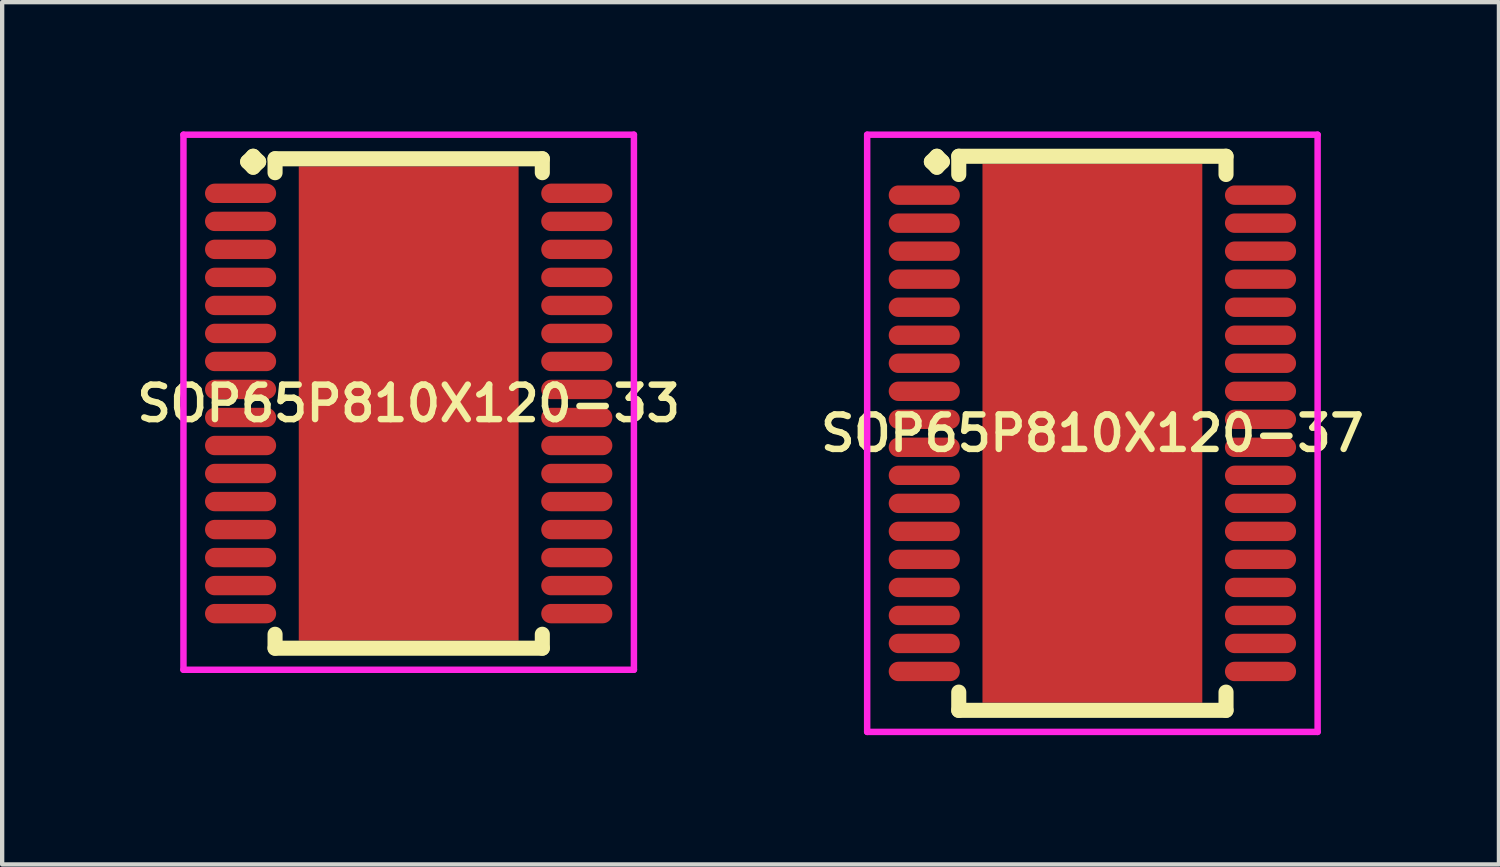
<source format=kicad_pcb>
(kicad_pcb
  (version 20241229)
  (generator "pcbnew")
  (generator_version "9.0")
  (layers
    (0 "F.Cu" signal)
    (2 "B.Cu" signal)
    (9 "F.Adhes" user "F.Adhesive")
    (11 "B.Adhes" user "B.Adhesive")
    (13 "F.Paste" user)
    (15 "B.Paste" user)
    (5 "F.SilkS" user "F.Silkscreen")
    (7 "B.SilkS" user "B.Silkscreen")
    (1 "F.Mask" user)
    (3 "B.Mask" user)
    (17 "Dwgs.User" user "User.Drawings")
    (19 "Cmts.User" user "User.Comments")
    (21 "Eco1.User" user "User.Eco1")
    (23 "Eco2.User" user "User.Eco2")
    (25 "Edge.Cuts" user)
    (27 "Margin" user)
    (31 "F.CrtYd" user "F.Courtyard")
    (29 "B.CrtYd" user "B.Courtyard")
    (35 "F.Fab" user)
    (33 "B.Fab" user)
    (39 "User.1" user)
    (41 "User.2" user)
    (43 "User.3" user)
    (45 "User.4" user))
  (footprint "SOP65P810X120-33"
    (layer "F.Cu")
    (at 6.431 6.31)
    (property "Reference" "SOP65P810X120-33" (at 0 0 0) (layer "F.SilkS") (effects (font (size 0.8 0.8) (thickness 0.15))))
    (attr through_hole)
    (fp_line (start -3.735 -5.608) (end -3.608 -5.735) (stroke (width 0.35) (type solid)) (layer "F.SilkS"))
    (fp_line (start -3.608 -5.735) (end -3.481 -5.608) (stroke (width 0.35) (type solid)) (layer "F.SilkS"))
    (fp_line (start -3.608 -5.481) (end -3.735 -5.608) (stroke (width 0.35) (type solid)) (layer "F.SilkS"))
    (fp_line (start -3.481 -5.608) (end -3.608 -5.481) (stroke (width 0.35) (type solid)) (layer "F.SilkS"))
    (fp_line (start -3.1 -5.677) (end 3.1 -5.677) (stroke (width 0.35) (type solid)) (layer "F.SilkS"))
    (fp_line (start -3.1 -5.354) (end -3.1 -5.677) (stroke (width 0.35) (type solid)) (layer "F.SilkS"))
    (fp_line (start -3.1 5.354) (end -3.1 5.677) (stroke (width 0.35) (type solid)) (layer "F.SilkS"))
    (fp_line (start -3.1 5.677) (end 3.1 5.677) (stroke (width 0.35) (type solid)) (layer "F.SilkS"))
    (fp_line (start 3.1 -5.677) (end 3.1 -5.354) (stroke (width 0.35) (type solid)) (layer "F.SilkS"))
    (fp_line (start 3.1 5.677) (end 3.1 5.354) (stroke (width 0.35) (type solid)) (layer "F.SilkS"))
    (fp_line (start -5.225 -6.235) (end 5.225 -6.235) (stroke (width 0.15) (type solid)) (layer "F.CrtYd"))
    (fp_line (start -5.225 6.177) (end -5.225 -6.235) (stroke (width 0.15) (type solid)) (layer "F.CrtYd"))
    (fp_line (start 5.225 -6.235) (end 5.225 6.177) (stroke (width 0.15) (type solid)) (layer "F.CrtYd"))
    (fp_line (start 5.225 6.177) (end -5.225 6.177) (stroke (width 0.15) (type solid)) (layer "F.CrtYd"))
    (pad "1" smd oval (at -3.9 -4.875) (size 1.65 0.45) (layers "F.Cu" "F.Mask" "F.Paste"))
    (pad "2" smd oval (at -3.9 -4.225) (size 1.65 0.45) (layers "F.Cu" "F.Mask" "F.Paste"))
    (pad "3" smd oval (at -3.9 -3.575) (size 1.65 0.45) (layers "F.Cu" "F.Mask" "F.Paste"))
    (pad "4" smd oval (at -3.9 -2.925) (size 1.65 0.45) (layers "F.Cu" "F.Mask" "F.Paste"))
    (pad "5" smd oval (at -3.9 -2.275) (size 1.65 0.45) (layers "F.Cu" "F.Mask" "F.Paste"))
    (pad "6" smd oval (at -3.9 -1.625) (size 1.65 0.45) (layers "F.Cu" "F.Mask" "F.Paste"))
    (pad "7" smd oval (at -3.9 -0.975) (size 1.65 0.45) (layers "F.Cu" "F.Mask" "F.Paste"))
    (pad "8" smd oval (at -3.9 -0.325) (size 1.65 0.45) (layers "F.Cu" "F.Mask" "F.Paste"))
    (pad "9" smd oval (at -3.9 0.325) (size 1.65 0.45) (layers "F.Cu" "F.Mask" "F.Paste"))
    (pad "10" smd oval (at -3.9 0.975) (size 1.65 0.45) (layers "F.Cu" "F.Mask" "F.Paste"))
    (pad "11" smd oval (at -3.9 1.625) (size 1.65 0.45) (layers "F.Cu" "F.Mask" "F.Paste"))
    (pad "12" smd oval (at -3.9 2.275) (size 1.65 0.45) (layers "F.Cu" "F.Mask" "F.Paste"))
    (pad "13" smd oval (at -3.9 2.925) (size 1.65 0.45) (layers "F.Cu" "F.Mask" "F.Paste"))
    (pad "14" smd oval (at -3.9 3.575) (size 1.65 0.45) (layers "F.Cu" "F.Mask" "F.Paste"))
    (pad "15" smd oval (at -3.9 4.225) (size 1.65 0.45) (layers "F.Cu" "F.Mask" "F.Paste"))
    (pad "16" smd oval (at -3.9 4.875) (size 1.65 0.45) (layers "F.Cu" "F.Mask" "F.Paste"))
    (pad "17" smd oval (at 3.9 4.875) (size 1.65 0.45) (layers "F.Cu" "F.Mask" "F.Paste"))
    (pad "18" smd oval (at 3.9 4.225) (size 1.65 0.45) (layers "F.Cu" "F.Mask" "F.Paste"))
    (pad "19" smd oval (at 3.9 3.575) (size 1.65 0.45) (layers "F.Cu" "F.Mask" "F.Paste"))
    (pad "20" smd oval (at 3.9 2.925) (size 1.65 0.45) (layers "F.Cu" "F.Mask" "F.Paste"))
    (pad "21" smd oval (at 3.9 2.275) (size 1.65 0.45) (layers "F.Cu" "F.Mask" "F.Paste"))
    (pad "22" smd oval (at 3.9 1.625) (size 1.65 0.45) (layers "F.Cu" "F.Mask" "F.Paste"))
    (pad "23" smd oval (at 3.9 0.975) (size 1.65 0.45) (layers "F.Cu" "F.Mask" "F.Paste"))
    (pad "24" smd oval (at 3.9 0.325) (size 1.65 0.45) (layers "F.Cu" "F.Mask" "F.Paste"))
    (pad "25" smd oval (at 3.9 -0.325) (size 1.65 0.45) (layers "F.Cu" "F.Mask" "F.Paste"))
    (pad "26" smd oval (at 3.9 -0.975) (size 1.65 0.45) (layers "F.Cu" "F.Mask" "F.Paste"))
    (pad "27" smd oval (at 3.9 -1.625) (size 1.65 0.45) (layers "F.Cu" "F.Mask" "F.Paste"))
    (pad "28" smd oval (at 3.9 -2.275) (size 1.65 0.45) (layers "F.Cu" "F.Mask" "F.Paste"))
    (pad "29" smd oval (at 3.9 -2.925) (size 1.65 0.45) (layers "F.Cu" "F.Mask" "F.Paste"))
    (pad "30" smd oval (at 3.9 -3.575) (size 1.65 0.45) (layers "F.Cu" "F.Mask" "F.Paste"))
    (pad "31" smd oval (at 3.9 -4.225) (size 1.65 0.45) (layers "F.Cu" "F.Mask" "F.Paste"))
    (pad "32" smd oval (at 3.9 -4.875) (size 1.65 0.45) (layers "F.Cu" "F.Mask" "F.Paste"))
    (pad "33" smd rect (at 0 0) (size 5.1 11) (layers "F.Cu" "F.Mask" "F.Paste")))
  (footprint "SOP65P810X120-37"
    (layer "F.Cu")
    (at 22.292 7.002)
    (property "Reference" "SOP65P810X120-37" (at 0 0 0) (layer "F.SilkS") (effects (font (size 0.8 0.8) (thickness 0.15))))
    (attr through_hole)
    (fp_line (start -3.735 -6.3) (end -3.608 -6.427) (stroke (width 0.35) (type solid)) (layer "F.SilkS"))
    (fp_line (start -3.608 -6.427) (end -3.481 -6.3) (stroke (width 0.35) (type solid)) (layer "F.SilkS"))
    (fp_line (start -3.608 -6.173) (end -3.735 -6.3) (stroke (width 0.35) (type solid)) (layer "F.SilkS"))
    (fp_line (start -3.481 -6.3) (end -3.608 -6.173) (stroke (width 0.35) (type solid)) (layer "F.SilkS"))
    (fp_line (start -3.1 -6.427) (end 3.1 -6.427) (stroke (width 0.35) (type solid)) (layer "F.SilkS"))
    (fp_line (start -3.1 -6.004) (end -3.1 -6.427) (stroke (width 0.35) (type solid)) (layer "F.SilkS"))
    (fp_line (start -3.1 6.004) (end -3.1 6.427) (stroke (width 0.35) (type solid)) (layer "F.SilkS"))
    (fp_line (start -3.1 6.427) (end 3.1 6.427) (stroke (width 0.35) (type solid)) (layer "F.SilkS"))
    (fp_line (start 3.1 -6.427) (end 3.1 -6.004) (stroke (width 0.35) (type solid)) (layer "F.SilkS"))
    (fp_line (start 3.1 6.427) (end 3.1 6.004) (stroke (width 0.35) (type solid)) (layer "F.SilkS"))
    (fp_line (start -5.225 -6.927) (end 5.225 -6.927) (stroke (width 0.15) (type solid)) (layer "F.CrtYd"))
    (fp_line (start -5.225 6.927) (end -5.225 -6.927) (stroke (width 0.15) (type solid)) (layer "F.CrtYd"))
    (fp_line (start 5.225 -6.927) (end 5.225 6.927) (stroke (width 0.15) (type solid)) (layer "F.CrtYd"))
    (fp_line (start 5.225 6.927) (end -5.225 6.927) (stroke (width 0.15) (type solid)) (layer "F.CrtYd"))
    (pad "1" smd oval (at -3.9 -5.525) (size 1.65 0.45) (layers "F.Cu" "F.Mask" "F.Paste"))
    (pad "2" smd oval (at -3.9 -4.875) (size 1.65 0.45) (layers "F.Cu" "F.Mask" "F.Paste"))
    (pad "3" smd oval (at -3.9 -4.225) (size 1.65 0.45) (layers "F.Cu" "F.Mask" "F.Paste"))
    (pad "4" smd oval (at -3.9 -3.575) (size 1.65 0.45) (layers "F.Cu" "F.Mask" "F.Paste"))
    (pad "5" smd oval (at -3.9 -2.925) (size 1.65 0.45) (layers "F.Cu" "F.Mask" "F.Paste"))
    (pad "6" smd oval (at -3.9 -2.275) (size 1.65 0.45) (layers "F.Cu" "F.Mask" "F.Paste"))
    (pad "7" smd oval (at -3.9 -1.625) (size 1.65 0.45) (layers "F.Cu" "F.Mask" "F.Paste"))
    (pad "8" smd oval (at -3.9 -0.975) (size 1.65 0.45) (layers "F.Cu" "F.Mask" "F.Paste"))
    (pad "9" smd oval (at -3.9 -0.325) (size 1.65 0.45) (layers "F.Cu" "F.Mask" "F.Paste"))
    (pad "10" smd oval (at -3.9 0.325) (size 1.65 0.45) (layers "F.Cu" "F.Mask" "F.Paste"))
    (pad "11" smd oval (at -3.9 0.975) (size 1.65 0.45) (layers "F.Cu" "F.Mask" "F.Paste"))
    (pad "12" smd oval (at -3.9 1.625) (size 1.65 0.45) (layers "F.Cu" "F.Mask" "F.Paste"))
    (pad "13" smd oval (at -3.9 2.275) (size 1.65 0.45) (layers "F.Cu" "F.Mask" "F.Paste"))
    (pad "14" smd oval (at -3.9 2.925) (size 1.65 0.45) (layers "F.Cu" "F.Mask" "F.Paste"))
    (pad "15" smd oval (at -3.9 3.575) (size 1.65 0.45) (layers "F.Cu" "F.Mask" "F.Paste"))
    (pad "16" smd oval (at -3.9 4.225) (size 1.65 0.45) (layers "F.Cu" "F.Mask" "F.Paste"))
    (pad "17" smd oval (at -3.9 4.875) (size 1.65 0.45) (layers "F.Cu" "F.Mask" "F.Paste"))
    (pad "18" smd oval (at -3.9 5.525) (size 1.65 0.45) (layers "F.Cu" "F.Mask" "F.Paste"))
    (pad "19" smd oval (at 3.9 5.525) (size 1.65 0.45) (layers "F.Cu" "F.Mask" "F.Paste"))
    (pad "20" smd oval (at 3.9 4.875) (size 1.65 0.45) (layers "F.Cu" "F.Mask" "F.Paste"))
    (pad "21" smd oval (at 3.9 4.225) (size 1.65 0.45) (layers "F.Cu" "F.Mask" "F.Paste"))
    (pad "22" smd oval (at 3.9 3.575) (size 1.65 0.45) (layers "F.Cu" "F.Mask" "F.Paste"))
    (pad "23" smd oval (at 3.9 2.925) (size 1.65 0.45) (layers "F.Cu" "F.Mask" "F.Paste"))
    (pad "24" smd oval (at 3.9 2.275) (size 1.65 0.45) (layers "F.Cu" "F.Mask" "F.Paste"))
    (pad "25" smd oval (at 3.9 1.625) (size 1.65 0.45) (layers "F.Cu" "F.Mask" "F.Paste"))
    (pad "26" smd oval (at 3.9 0.975) (size 1.65 0.45) (layers "F.Cu" "F.Mask" "F.Paste"))
    (pad "27" smd oval (at 3.9 0.325) (size 1.65 0.45) (layers "F.Cu" "F.Mask" "F.Paste"))
    (pad "28" smd oval (at 3.9 -0.325) (size 1.65 0.45) (layers "F.Cu" "F.Mask" "F.Paste"))
    (pad "29" smd oval (at 3.9 -0.975) (size 1.65 0.45) (layers "F.Cu" "F.Mask" "F.Paste"))
    (pad "30" smd oval (at 3.9 -1.625) (size 1.65 0.45) (layers "F.Cu" "F.Mask" "F.Paste"))
    (pad "31" smd oval (at 3.9 -2.275) (size 1.65 0.45) (layers "F.Cu" "F.Mask" "F.Paste"))
    (pad "32" smd oval (at 3.9 -2.925) (size 1.65 0.45) (layers "F.Cu" "F.Mask" "F.Paste"))
    (pad "33" smd oval (at 3.9 -3.575) (size 1.65 0.45) (layers "F.Cu" "F.Mask" "F.Paste"))
    (pad "34" smd oval (at 3.9 -4.225) (size 1.65 0.45) (layers "F.Cu" "F.Mask" "F.Paste"))
    (pad "35" smd oval (at 3.9 -4.875) (size 1.65 0.45) (layers "F.Cu" "F.Mask" "F.Paste"))
    (pad "36" smd oval (at 3.9 -5.525) (size 1.65 0.45) (layers "F.Cu" "F.Mask" "F.Paste"))
    (pad "37" smd rect (at 0 0) (size 5.1 12.5) (layers "F.Cu" "F.Mask" "F.Paste")))
  (gr_rect
    (start -3 -3)
    (end 31.723 17.004)
    (stroke (width 0.1) (type default))
    (fill no)
    (layer "Edge.Cuts")))
</source>
